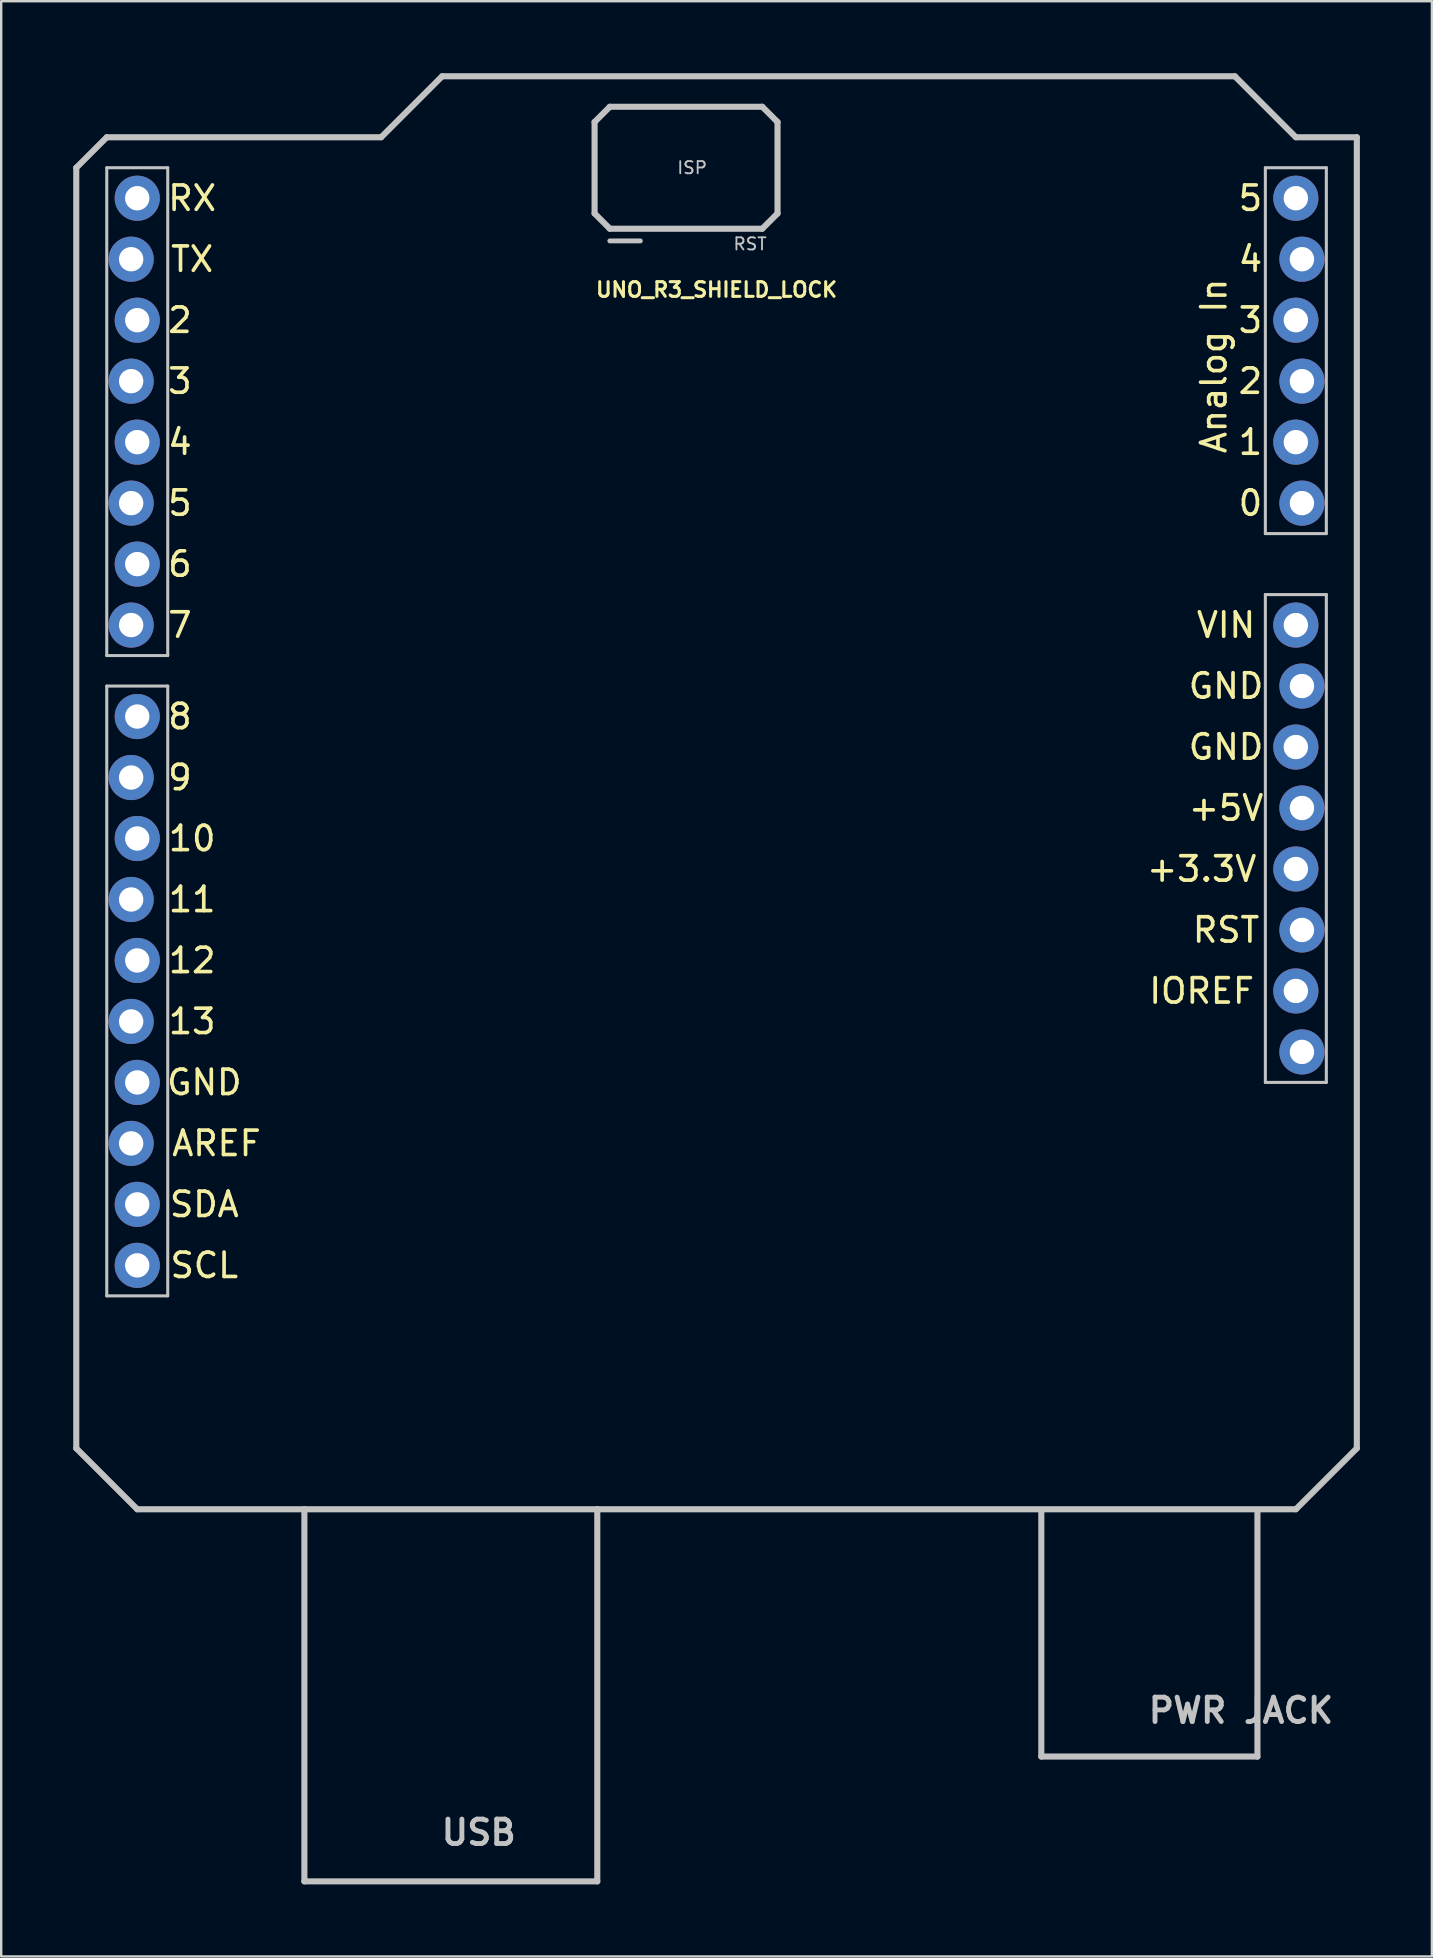
<source format=kicad_pcb>
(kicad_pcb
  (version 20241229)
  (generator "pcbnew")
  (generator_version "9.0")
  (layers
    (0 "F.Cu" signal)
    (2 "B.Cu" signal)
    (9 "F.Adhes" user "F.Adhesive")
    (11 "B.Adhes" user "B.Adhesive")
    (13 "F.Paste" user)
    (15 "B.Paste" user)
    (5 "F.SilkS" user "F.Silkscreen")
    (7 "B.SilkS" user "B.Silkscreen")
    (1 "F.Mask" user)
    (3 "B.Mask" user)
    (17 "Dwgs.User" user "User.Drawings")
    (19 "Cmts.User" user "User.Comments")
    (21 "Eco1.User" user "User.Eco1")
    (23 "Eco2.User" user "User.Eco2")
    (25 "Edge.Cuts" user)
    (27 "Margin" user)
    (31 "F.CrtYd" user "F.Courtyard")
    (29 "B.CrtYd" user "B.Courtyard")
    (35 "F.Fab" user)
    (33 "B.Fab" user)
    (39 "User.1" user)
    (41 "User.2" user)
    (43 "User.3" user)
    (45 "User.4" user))
  (footprint "UNO_R3_SHIELD_LOCK"
    (layer "F.Cu")
    (at 26.797 29.337)
    (property "Reference" "UNO_R3_SHIELD_LOCK" (at 0 -20.32 0) (layer "F.SilkS") (effects (font (size 0.61 0.61) (thickness 0.127))))
    (attr exclude_from_pos_files exclude_from_bom)
    (fp_line (start -26.67 -25.4) (end -26.67 27.94) (stroke (width 0.254) (type solid)) (layer "Dwgs.User"))
    (fp_line (start -26.67 27.94) (end -24.13 30.48) (stroke (width 0.254) (type solid)) (layer "Dwgs.User"))
    (fp_line (start -25.4 -26.67) (end -26.67 -25.4) (stroke (width 0.254) (type solid)) (layer "Dwgs.User"))
    (fp_line (start -25.4 -25.4) (end -22.86 -25.4) (stroke (width 0.127) (type solid)) (layer "Dwgs.User"))
    (fp_line (start -25.4 -5.08) (end -25.4 -25.4) (stroke (width 0.127) (type solid)) (layer "Dwgs.User"))
    (fp_line (start -25.4 -3.81) (end -22.86 -3.81) (stroke (width 0.127) (type solid)) (layer "Dwgs.User"))
    (fp_line (start -25.4 21.59) (end -25.4 -3.81) (stroke (width 0.127) (type solid)) (layer "Dwgs.User"))
    (fp_line (start -24.13 30.48) (end -17.168 30.48) (stroke (width 0.254) (type solid)) (layer "Dwgs.User"))
    (fp_line (start -22.86 -25.4) (end -22.86 -5.08) (stroke (width 0.127) (type solid)) (layer "Dwgs.User"))
    (fp_line (start -22.86 -5.08) (end -25.4 -5.08) (stroke (width 0.127) (type solid)) (layer "Dwgs.User"))
    (fp_line (start -22.86 -3.81) (end -22.86 21.59) (stroke (width 0.127) (type solid)) (layer "Dwgs.User"))
    (fp_line (start -22.86 21.59) (end -25.4 21.59) (stroke (width 0.127) (type solid)) (layer "Dwgs.User"))
    (fp_line (start -17.168 30.48) (end -4.968 30.48) (stroke (width 0.254) (type solid)) (layer "Dwgs.User"))
    (fp_line (start -17.168 45.979) (end -17.168 30.48) (stroke (width 0.254) (type solid)) (layer "Dwgs.User"))
    (fp_line (start -17.168 45.979) (end -4.968 45.979) (stroke (width 0.254) (type solid)) (layer "Dwgs.User"))
    (fp_line (start -13.97 -26.67) (end -25.4 -26.67) (stroke (width 0.254) (type solid)) (layer "Dwgs.User"))
    (fp_line (start -11.43 -29.21) (end -13.97 -26.67) (stroke (width 0.254) (type solid)) (layer "Dwgs.User"))
    (fp_line (start -5.08 -27.305) (end -4.445 -27.94) (stroke (width 0.254) (type solid)) (layer "Dwgs.User"))
    (fp_line (start -5.08 -23.495) (end -5.08 -27.305) (stroke (width 0.254) (type solid)) (layer "Dwgs.User"))
    (fp_line (start -4.968 30.48) (end 24.13 30.48) (stroke (width 0.254) (type solid)) (layer "Dwgs.User"))
    (fp_line (start -4.968 45.979) (end -4.968 30.48) (stroke (width 0.254) (type solid)) (layer "Dwgs.User"))
    (fp_line (start -4.445 -27.94) (end 1.905 -27.94) (stroke (width 0.254) (type solid)) (layer "Dwgs.User"))
    (fp_line (start -4.445 -22.86) (end -5.08 -23.495) (stroke (width 0.254) (type solid)) (layer "Dwgs.User"))
    (fp_line (start -3.175 -22.352) (end -4.445 -22.352) (stroke (width 0.203) (type solid)) (layer "Dwgs.User"))
    (fp_line (start 1.905 -27.94) (end 2.54 -27.305) (stroke (width 0.254) (type solid)) (layer "Dwgs.User"))
    (fp_line (start 1.905 -22.86) (end -4.445 -22.86) (stroke (width 0.254) (type solid)) (layer "Dwgs.User"))
    (fp_line (start 2.54 -27.305) (end 2.54 -23.495) (stroke (width 0.254) (type solid)) (layer "Dwgs.User"))
    (fp_line (start 2.54 -23.495) (end 1.905 -22.86) (stroke (width 0.254) (type solid)) (layer "Dwgs.User"))
    (fp_line (start 13.528 40.78) (end 13.528 30.579) (stroke (width 0.254) (type solid)) (layer "Dwgs.User"))
    (fp_line (start 13.528 40.78) (end 22.53 40.78) (stroke (width 0.254) (type solid)) (layer "Dwgs.User"))
    (fp_line (start 21.59 -29.21) (end -11.43 -29.21) (stroke (width 0.254) (type solid)) (layer "Dwgs.User"))
    (fp_line (start 22.53 40.78) (end 22.53 30.579) (stroke (width 0.254) (type solid)) (layer "Dwgs.User"))
    (fp_line (start 22.86 -25.4) (end 25.4 -25.4) (stroke (width 0.127) (type solid)) (layer "Dwgs.User"))
    (fp_line (start 22.86 -10.16) (end 22.86 -25.4) (stroke (width 0.127) (type solid)) (layer "Dwgs.User"))
    (fp_line (start 22.86 -7.62) (end 22.86 12.7) (stroke (width 0.127) (type solid)) (layer "Dwgs.User"))
    (fp_line (start 22.86 12.7) (end 25.4 12.7) (stroke (width 0.127) (type solid)) (layer "Dwgs.User"))
    (fp_line (start 24.13 -26.67) (end 21.59 -29.21) (stroke (width 0.254) (type solid)) (layer "Dwgs.User"))
    (fp_line (start 24.13 30.48) (end 26.67 27.94) (stroke (width 0.254) (type solid)) (layer "Dwgs.User"))
    (fp_line (start 25.4 -25.4) (end 25.4 -10.16) (stroke (width 0.127) (type solid)) (layer "Dwgs.User"))
    (fp_line (start 25.4 -10.16) (end 22.86 -10.16) (stroke (width 0.127) (type solid)) (layer "Dwgs.User"))
    (fp_line (start 25.4 -7.62) (end 22.86 -7.62) (stroke (width 0.127) (type solid)) (layer "Dwgs.User"))
    (fp_line (start 25.4 12.7) (end 25.4 -7.62) (stroke (width 0.127) (type solid)) (layer "Dwgs.User"))
    (fp_line (start 26.67 -26.67) (end 24.13 -26.67) (stroke (width 0.254) (type solid)) (layer "Dwgs.User"))
    (fp_line (start 26.67 27.94) (end 26.67 -26.67) (stroke (width 0.254) (type solid)) (layer "Dwgs.User"))
    (fp_text user "11" (at -21.844 5.08 0) (layer "F.SilkS") (effects (font (size 1.016 1.016) (thickness 0.152))))
    (fp_text user "13" (at -21.844 10.16 0) (layer "F.SilkS") (effects (font (size 1.016 1.016) (thickness 0.152))))
    (fp_text user "4" (at -22.352 -13.97 0) (layer "F.SilkS") (effects (font (size 1.016 1.016) (thickness 0.152))))
    (fp_text user "6" (at -22.352 -8.89 0) (layer "F.SilkS") (effects (font (size 1.016 1.016) (thickness 0.152))))
    (fp_text user "IOREF" (at 20.206 8.89 180) (layer "F.SilkS") (effects (font (size 1.016 1.016) (thickness 0.152))))
    (fp_text user "GND" (at -21.336 12.7 0) (layer "F.SilkS") (effects (font (size 1.016 1.016) (thickness 0.152))))
    (fp_text user "1" (at 22.238 -13.97 180) (layer "F.SilkS") (effects (font (size 1.016 1.016) (thickness 0.152))))
    (fp_text user "RST" (at 21.222 6.35 180) (layer "F.SilkS") (effects (font (size 1.016 1.016) (thickness 0.152))))
    (fp_text user "5" (at -22.352 -11.43 0) (layer "F.SilkS") (effects (font (size 1.016 1.016) (thickness 0.152))))
    (fp_text user "3" (at -22.352 -16.51 0) (layer "F.SilkS") (effects (font (size 1.016 1.016) (thickness 0.152))))
    (fp_text user "9" (at -22.352 0 0) (layer "F.SilkS") (effects (font (size 1.016 1.016) (thickness 0.152))))
    (fp_text user "AREF" (at -20.828 15.24 0) (layer "F.SilkS") (effects (font (size 1.016 1.016) (thickness 0.152))))
    (fp_text user "12" (at -21.844 7.62 0) (layer "F.SilkS") (effects (font (size 1.016 1.016) (thickness 0.152))))
    (fp_text user "2" (at 22.238 -16.51 180) (layer "F.SilkS") (effects (font (size 1.016 1.016) (thickness 0.152))))
    (fp_text user "SDA" (at -21.336 17.78 0) (layer "F.SilkS") (effects (font (size 1.016 1.016) (thickness 0.152))))
    (fp_text user "VIN" (at 21.222 -6.35 180) (layer "F.SilkS") (effects (font (size 1.016 1.016) (thickness 0.152))))
    (fp_text user "8" (at -22.352 -2.54 0) (layer "F.SilkS") (effects (font (size 1.016 1.016) (thickness 0.152))))
    (fp_text user "+5V" (at 21.222 1.27 180) (layer "F.SilkS") (effects (font (size 1.016 1.016) (thickness 0.152))))
    (fp_text user "7" (at -22.352 -6.35 0) (layer "F.SilkS") (effects (font (size 1.016 1.016) (thickness 0.152))))
    (fp_text user "+3.3V" (at 20.206 3.81 180) (layer "F.SilkS") (effects (font (size 1.016 1.016) (thickness 0.152))))
    (fp_text user "0" (at 22.238 -11.43 180) (layer "F.SilkS") (effects (font (size 1.016 1.016) (thickness 0.152))))
    (fp_text user "GND" (at 21.222 -1.27 180) (layer "F.SilkS") (effects (font (size 1.016 1.016) (thickness 0.152))))
    (fp_text user "Analog In" (at 20.714 -17.145 270) (layer "F.SilkS") (effects (font (size 1.016 1.016) (thickness 0.152))))
    (fp_text user "4" (at 22.238 -21.59 180) (layer "F.SilkS") (effects (font (size 1.016 1.016) (thickness 0.152))))
    (fp_text user "5" (at 22.238 -24.13 180) (layer "F.SilkS") (effects (font (size 1.016 1.016) (thickness 0.152))))
    (fp_text user "10" (at -21.844 2.54 0) (layer "F.SilkS") (effects (font (size 1.016 1.016) (thickness 0.152))))
    (fp_text user "3" (at 22.238 -19.05 180) (layer "F.SilkS") (effects (font (size 1.016 1.016) (thickness 0.152))))
    (fp_text user "SCL" (at -21.336 20.32 0) (layer "F.SilkS") (effects (font (size 1.016 1.016) (thickness 0.152))))
    (fp_text user "TX" (at -21.844 -21.59 0) (layer "F.SilkS") (effects (font (size 1.016 1.016) (thickness 0.152))))
    (fp_text user "RX" (at -21.844 -24.13 0) (layer "F.SilkS") (effects (font (size 1.016 1.016) (thickness 0.152))))
    (fp_text user "2" (at -22.352 -19.05 0) (layer "F.SilkS") (effects (font (size 1.016 1.016) (thickness 0.152))))
    (fp_text user "GND" (at 21.222 -3.81 180) (layer "F.SilkS") (effects (font (size 1.016 1.016) (thickness 0.152))))
    (fp_text user "USB" (at -9.906 43.942 0) (layer "Dwgs.User") (effects (font (size 1.016 1.016) (thickness 0.203))))
    (fp_text user "RST" (at 1.397 -22.225 0) (layer "Dwgs.User") (effects (font (size 0.508 0.508) (thickness 0.076))))
    (fp_text user "ISP" (at -1.016 -25.4 0) (layer "Dwgs.User") (effects (font (size 0.508 0.508) (thickness 0.076))))
    (fp_text user "PWR JACK" (at 21.844 38.862 0) (layer "Dwgs.User") (effects (font (size 1.016 1.016) (thickness 0.203))))
    (pad "3.3V" thru_hole circle (at 24.13 3.81) (size 1.88 1.88) (drill 1.016) (layers "*.Cu" "*.Mask"))
    (pad "5V" thru_hole circle (at 24.384 1.27) (size 1.88 1.88) (drill 1.016) (layers "*.Cu" "*.Mask"))
    (pad "A0" thru_hole circle (at 24.384 -11.43) (size 1.88 1.88) (drill 1.016) (layers "*.Cu" "*.Mask"))
    (pad "A1" thru_hole circle (at 24.13 -13.97) (size 1.88 1.88) (drill 1.016) (layers "*.Cu" "*.Mask"))
    (pad "A2" thru_hole circle (at 24.384 -16.51) (size 1.88 1.88) (drill 1.016) (layers "*.Cu" "*.Mask"))
    (pad "A3" thru_hole circle (at 24.13 -19.05) (size 1.88 1.88) (drill 1.016) (layers "*.Cu" "*.Mask"))
    (pad "A4" thru_hole circle (at 24.384 -21.59) (size 1.88 1.88) (drill 1.016) (layers "*.Cu" "*.Mask"))
    (pad "A5" thru_hole circle (at 24.13 -24.13) (size 1.88 1.88) (drill 1.016) (layers "*.Cu" "*.Mask"))
    (pad "AREF" thru_hole circle (at -24.384 15.24) (size 1.88 1.88) (drill 1.016) (layers "*.Cu" "*.Mask"))
    (pad "D2" thru_hole circle (at -24.13 -19.05) (size 1.88 1.88) (drill 1.016) (layers "*.Cu" "*.Mask"))
    (pad "D3" thru_hole circle (at -24.384 -16.51) (size 1.88 1.88) (drill 1.016) (layers "*.Cu" "*.Mask"))
    (pad "D4" thru_hole circle (at -24.13 -13.97) (size 1.88 1.88) (drill 1.016) (layers "*.Cu" "*.Mask"))
    (pad "D5" thru_hole circle (at -24.384 -11.43) (size 1.88 1.88) (drill 1.016) (layers "*.Cu" "*.Mask"))
    (pad "D6" thru_hole circle (at -24.13 -8.89) (size 1.88 1.88) (drill 1.016) (layers "*.Cu" "*.Mask"))
    (pad "D7" thru_hole circle (at -24.384 -6.35) (size 1.88 1.88) (drill 1.016) (layers "*.Cu" "*.Mask"))
    (pad "D8" thru_hole circle (at -24.13 -2.54) (size 1.88 1.88) (drill 1.016) (layers "*.Cu" "*.Mask"))
    (pad "D9" thru_hole circle (at -24.384 0) (size 1.88 1.88) (drill 1.016) (layers "*.Cu" "*.Mask"))
    (pad "D10" thru_hole circle (at -24.13 2.54) (size 1.88 1.88) (drill 1.016) (layers "*.Cu" "*.Mask"))
    (pad "D11" thru_hole circle (at -24.384 5.08) (size 1.88 1.88) (drill 1.016) (layers "*.Cu" "*.Mask"))
    (pad "D12" thru_hole circle (at -24.13 7.62) (size 1.88 1.88) (drill 1.016) (layers "*.Cu" "*.Mask"))
    (pad "D13" thru_hole circle (at -24.384 10.16) (size 1.88 1.88) (drill 1.016) (layers "*.Cu" "*.Mask"))
    (pad "GND@" thru_hole circle (at -24.13 12.7) (size 1.88 1.88) (drill 1.016) (layers "*.Cu" "*.Mask"))
    (pad "GND@" thru_hole circle (at 24.13 -1.27) (size 1.88 1.88) (drill 1.016) (layers "*.Cu" "*.Mask"))
    (pad "GND@" thru_hole circle (at 24.384 -3.81) (size 1.88 1.88) (drill 1.016) (layers "*.Cu" "*.Mask"))
    (pad "IORE" thru_hole circle (at 24.13 8.89) (size 1.88 1.88) (drill 1.016) (layers "*.Cu" "*.Mask"))
    (pad "NC" thru_hole circle (at 24.384 11.43) (size 1.88 1.88) (drill 1.016) (layers "*.Cu" "*.Mask"))
    (pad "RES" thru_hole circle (at 24.384 6.35) (size 1.88 1.88) (drill 1.016) (layers "*.Cu" "*.Mask"))
    (pad "RX" thru_hole circle (at -24.13 -24.13) (size 1.88 1.88) (drill 1.016) (layers "*.Cu" "*.Mask"))
    (pad "SCL" thru_hole circle (at -24.13 20.32) (size 1.88 1.88) (drill 1.016) (layers "*.Cu" "*.Mask"))
    (pad "SDA" thru_hole circle (at -24.13 17.78) (size 1.88 1.88) (drill 1.016) (layers "*.Cu" "*.Mask"))
    (pad "TX" thru_hole circle (at -24.384 -21.59) (size 1.88 1.88) (drill 1.016) (layers "*.Cu" "*.Mask"))
    (pad "VIN" thru_hole circle (at 24.13 -6.35) (size 1.88 1.88) (drill 1.016) (layers "*.Cu" "*.Mask")))
  (gr_rect
    (start -3 -3)
    (end 56.594 78.443)
    (stroke (width 0.1) (type default))
    (fill no)
    (layer "Edge.Cuts")))
</source>
